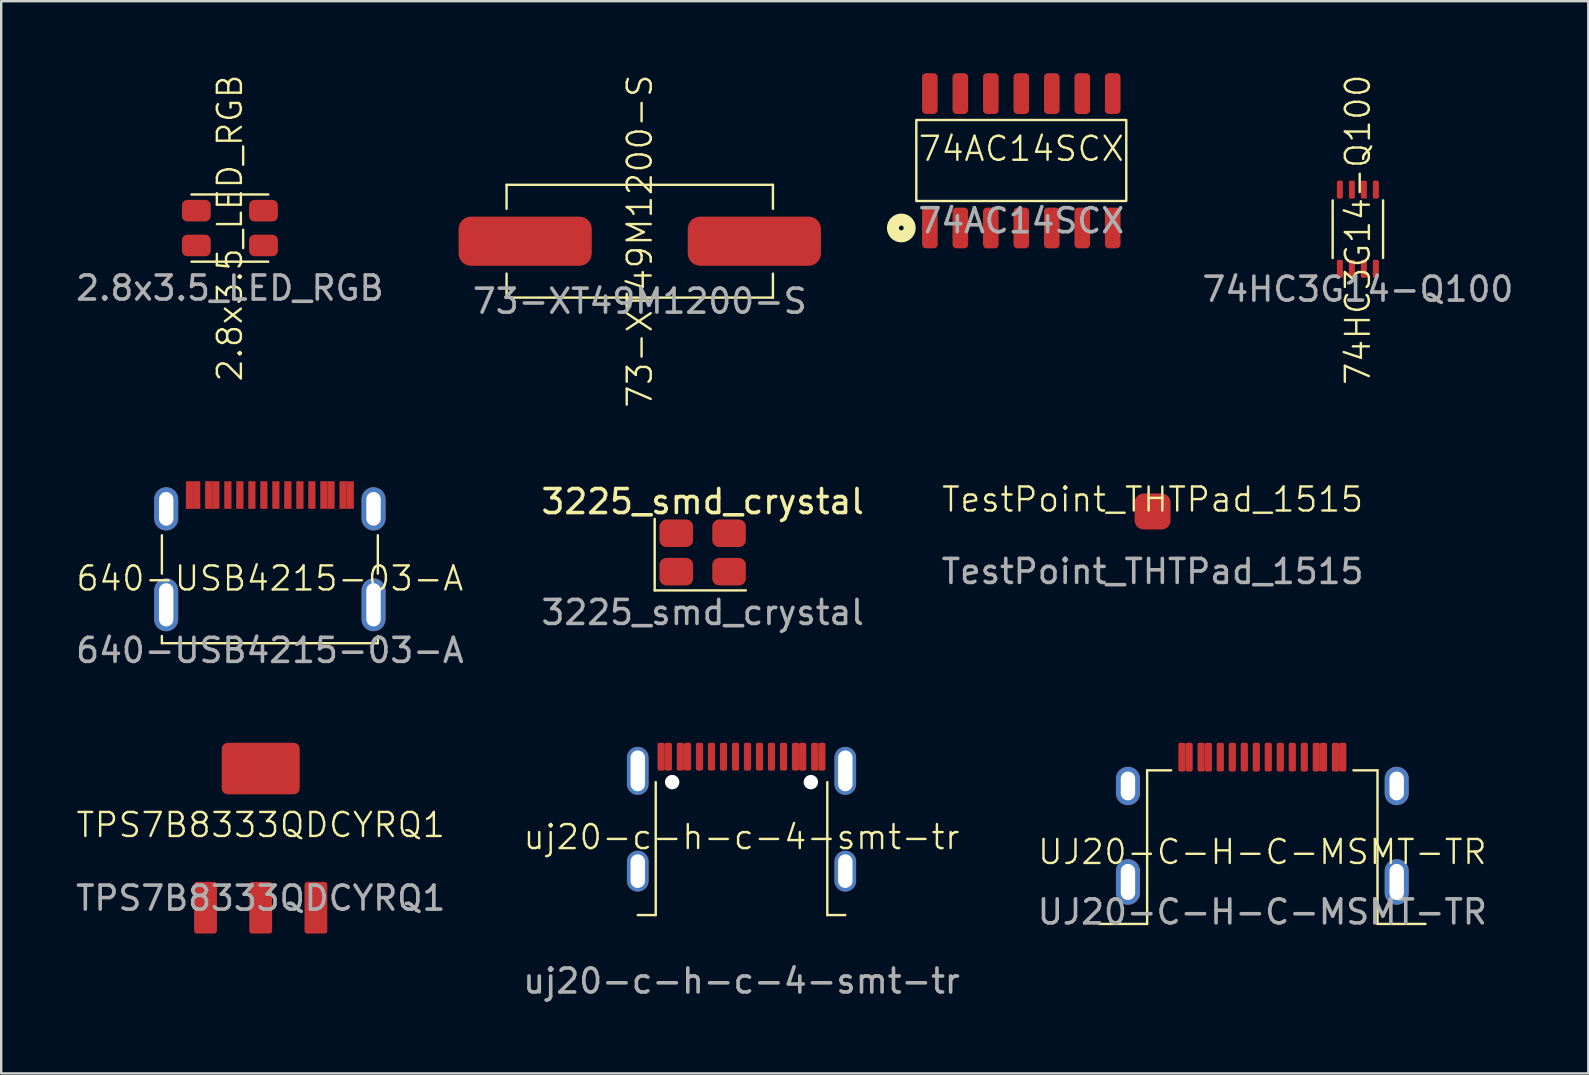
<source format=kicad_pcb>
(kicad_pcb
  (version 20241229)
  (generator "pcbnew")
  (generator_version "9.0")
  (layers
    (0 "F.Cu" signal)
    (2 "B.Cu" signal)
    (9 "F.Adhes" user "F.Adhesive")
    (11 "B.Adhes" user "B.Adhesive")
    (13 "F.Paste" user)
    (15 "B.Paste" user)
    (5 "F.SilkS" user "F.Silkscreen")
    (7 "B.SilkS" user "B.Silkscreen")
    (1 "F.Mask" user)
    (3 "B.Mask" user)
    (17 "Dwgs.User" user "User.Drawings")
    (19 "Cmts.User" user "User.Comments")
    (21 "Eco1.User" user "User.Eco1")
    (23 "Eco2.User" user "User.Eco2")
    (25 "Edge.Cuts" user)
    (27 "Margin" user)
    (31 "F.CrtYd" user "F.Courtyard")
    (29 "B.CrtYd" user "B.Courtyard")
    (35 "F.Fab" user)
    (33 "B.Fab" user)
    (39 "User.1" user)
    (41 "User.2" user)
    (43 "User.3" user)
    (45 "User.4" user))
  (footprint "73-XT49M1200-S"
    (layer "F.Cu")
    (at 23.61 7.002)
    (property "Reference" "73-XT49M1200-S" (at 0 0 90) (unlocked yes) (layer "F.SilkS") (effects (font (size 1 1) (thickness 0.1))))
    (attr smd)
    (fp_line (start -5.55 -2.35) (end -5.55 -1.35) (stroke (width 0.1) (type default)) (layer "F.SilkS"))
    (fp_line (start -5.55 -2.35) (end 5.55 -2.35) (stroke (width 0.1) (type default)) (layer "F.SilkS"))
    (fp_line (start -5.55 1.35) (end -5.55 2.35) (stroke (width 0.1) (type default)) (layer "F.SilkS"))
    (fp_line (start 5.55 -2.35) (end 5.55 -1.35) (stroke (width 0.1) (type default)) (layer "F.SilkS"))
    (fp_line (start 5.55 1.35) (end 5.55 2.35) (stroke (width 0.1) (type default)) (layer "F.SilkS"))
    (fp_line (start 5.55 2.35) (end -5.55 2.35) (stroke (width 0.1) (type default)) (layer "F.SilkS"))
    (fp_text user "${REFERENCE}" (at 0 2.5 0) (unlocked yes) (layer "F.Fab") (effects (font (size 1 1) (thickness 0.15))))
    (pad "1" smd roundrect (at -4.775 0) (size 5.55 2.05) (layers "F.Cu" "F.Mask" "F.Paste") (roundrect_rratio 0.25))
    (pad "2" smd roundrect (at 4.775 0) (size 5.55 2.05) (layers "F.Cu" "F.Mask" "F.Paste") (roundrect_rratio 0.25)))
  (footprint "2.8x3.5_LED_RGB"
    (layer "F.Cu")
    (at 6.53 6.455)
    (property "Reference" "2.8x3.5_LED_RGB" (at 0 0 90) (unlocked yes) (layer "F.SilkS") (effects (font (size 1 1) (thickness 0.1))))
    (attr smd)
    (fp_line (start -1.6 -1.4) (end 1.6 -1.4) (stroke (width 0.1) (type default)) (layer "F.SilkS"))
    (fp_line (start -1.6 1.4) (end 1.6 1.4) (stroke (width 0.1) (type default)) (layer "F.SilkS"))
    (fp_text user "${REFERENCE}" (at 0 2.5 0) (unlocked yes) (layer "F.Fab") (effects (font (size 1 1) (thickness 0.15))))
    (pad "1" smd roundrect (at 1.4 0.725) (size 1.2 0.9) (layers "F.Cu" "F.Mask" "F.Paste") (roundrect_rratio 0.25))
    (pad "2" smd roundrect (at -1.4 0.725) (size 1.2 0.9) (layers "F.Cu" "F.Mask" "F.Paste") (roundrect_rratio 0.25))
    (pad "3" smd roundrect (at -1.4 -0.725) (size 1.2 0.9) (layers "F.Cu" "F.Mask" "F.Paste") (roundrect_rratio 0.25))
    (pad "4" smd roundrect (at 1.4 -0.725) (size 1.2 0.9) (layers "F.Cu" "F.Mask" "F.Paste") (roundrect_rratio 0.25)))
  (footprint "74AC14SCX"
    (layer "F.Cu")
    (at 39.51 3.65)
    (property "Reference" "74AC14SCX" (at 0 -0.5 0) (unlocked yes) (layer "F.SilkS") (effects (font (size 1 1) (thickness 0.1))))
    (attr smd)
    (fp_rect (start -4.375 -1.7) (end 4.375 1.675) (stroke (width 0.1) (type default)) (fill no) (layer "F.SilkS"))
    (fp_circle (center -5 2.8) (end -4.9 2.8) (stroke (width 0.5) (type solid)) (fill no) (layer "F.SilkS"))
    (fp_text user "${REFERENCE}" (at 0 2.5 0) (unlocked yes) (layer "F.Fab") (effects (font (size 1 1) (thickness 0.15))))
    (pad "1" smd roundrect (at -3.81 2.8) (size 0.65 1.7) (layers "F.Cu" "F.Mask" "F.Paste") (roundrect_rratio 0.25))
    (pad "2" smd roundrect (at -2.54 2.8) (size 0.65 1.7) (layers "F.Cu" "F.Mask" "F.Paste") (roundrect_rratio 0.25))
    (pad "3" smd roundrect (at -1.27 2.8) (size 0.65 1.7) (layers "F.Cu" "F.Mask" "F.Paste") (roundrect_rratio 0.25))
    (pad "4" smd roundrect (at 0 2.8) (size 0.65 1.7) (layers "F.Cu" "F.Mask" "F.Paste") (roundrect_rratio 0.25))
    (pad "5" smd roundrect (at 1.27 2.8) (size 0.65 1.7) (layers "F.Cu" "F.Mask" "F.Paste") (roundrect_rratio 0.25))
    (pad "6" smd roundrect (at 2.54 2.8) (size 0.65 1.7) (layers "F.Cu" "F.Mask" "F.Paste") (roundrect_rratio 0.25))
    (pad "7" smd roundrect (at 3.81 2.8) (size 0.65 1.7) (layers "F.Cu" "F.Mask" "F.Paste") (roundrect_rratio 0.25))
    (pad "8" smd roundrect (at 3.81 -2.8) (size 0.65 1.7) (layers "F.Cu" "F.Mask" "F.Paste") (roundrect_rratio 0.25))
    (pad "9" smd roundrect (at 2.54 -2.8) (size 0.65 1.7) (layers "F.Cu" "F.Mask" "F.Paste") (roundrect_rratio 0.25))
    (pad "10" smd roundrect (at 1.27 -2.8) (size 0.65 1.7) (layers "F.Cu" "F.Mask" "F.Paste") (roundrect_rratio 0.25))
    (pad "11" smd roundrect (at 0 -2.8) (size 0.65 1.7) (layers "F.Cu" "F.Mask" "F.Paste") (roundrect_rratio 0.25))
    (pad "12" smd roundrect (at -1.27 -2.8) (size 0.65 1.7) (layers "F.Cu" "F.Mask" "F.Paste") (roundrect_rratio 0.25))
    (pad "13" smd roundrect (at -2.54 -2.8) (size 0.65 1.7) (layers "F.Cu" "F.Mask" "F.Paste") (roundrect_rratio 0.25))
    (pad "14" smd roundrect (at -3.81 -2.8) (size 0.65 1.7) (layers "F.Cu" "F.Mask" "F.Paste") (roundrect_rratio 0.25)))
  (footprint "TPS7B8333QDCYRQ1"
    (layer "F.Cu")
    (at 7.815 31.878)
    (property "Reference" "TPS7B8333QDCYRQ1" (at 0 -0.55 0) (unlocked yes) (layer "F.SilkS") (effects (font (size 1 1) (thickness 0.1))))
    (attr smd)
    (fp_text user "${REFERENCE}" (at 0 2.5 0) (unlocked yes) (layer "F.Fab") (effects (font (size 1 1) (thickness 0.15))))
    (pad "1" smd roundrect (at -2.3 2.9) (size 0.95 2.15) (layers "F.Cu" "F.Mask" "F.Paste") (roundrect_rratio 0.116))
    (pad "2" smd roundrect (at 0 2.9) (size 0.95 2.15) (layers "F.Cu" "F.Mask" "F.Paste") (roundrect_rratio 0.116))
    (pad "3" smd roundrect (at 2.3 2.9) (size 0.95 2.15) (layers "F.Cu" "F.Mask" "F.Paste") (roundrect_rratio 0.116))
    (pad "4" smd roundrect (at 0 -2.9) (size 3.25 2.15) (layers "F.Cu" "F.Mask" "F.Paste") (roundrect_rratio 0.116)))
  (footprint "74HC3G14-Q100"
    (layer "F.Cu")
    (at 53.536 6.501)
    (property "Reference" "74HC3G14-Q100" (at 0 0.025 90) (unlocked yes) (layer "F.SilkS") (effects (font (size 1 1) (thickness 0.1))))
    (attr smd)
    (fp_line (start -1.05 -1.2) (end -1.05 1.2) (stroke (width 0.1) (type default)) (layer "F.SilkS"))
    (fp_line (start 1.05 -1.2) (end 1.05 1.2) (stroke (width 0.1) (type default)) (layer "F.SilkS"))
    (fp_text user "${REFERENCE}" (at 0 2.5 0) (unlocked yes) (layer "F.Fab") (effects (font (size 1 1) (thickness 0.15))))
    (pad "1" smd roundrect (at -0.75 1.65) (size 0.25 0.75) (layers "F.Cu" "F.Mask" "F.Paste") (roundrect_rratio 0.25))
    (pad "2" smd roundrect (at -0.25 1.65) (size 0.25 0.75) (layers "F.Cu" "F.Mask" "F.Paste") (roundrect_rratio 0.25))
    (pad "3" smd roundrect (at 0.25 1.65) (size 0.25 0.75) (layers "F.Cu" "F.Mask" "F.Paste") (roundrect_rratio 0.25))
    (pad "4" smd roundrect (at 0.75 1.65) (size 0.25 0.75) (layers "F.Cu" "F.Mask" "F.Paste") (roundrect_rratio 0.25))
    (pad "5" smd roundrect (at 0.75 -1.65) (size 0.25 0.75) (layers "F.Cu" "F.Mask" "F.Paste") (roundrect_rratio 0.25))
    (pad "6" smd roundrect (at 0.25 -1.65) (size 0.25 0.75) (layers "F.Cu" "F.Mask" "F.Paste") (roundrect_rratio 0.25))
    (pad "7" smd roundrect (at -0.25 -1.65) (size 0.25 0.75) (layers "F.Cu" "F.Mask" "F.Paste") (roundrect_rratio 0.25))
    (pad "8" smd roundrect (at -0.75 -1.65) (size 0.25 0.75) (layers "F.Cu" "F.Mask" "F.Paste") (roundrect_rratio 0.25)))
  (footprint "UJ20-C-H-C-MSMT-TR"
    (layer "F.Cu")
    (at 49.554 32.453)
    (property "Reference" "UJ20-C-H-C-MSMT-TR" (at 0 0 0) (unlocked yes) (layer "F.SilkS") (effects (font (size 1 1) (thickness 0.1))))
    (attr smd)
    (fp_line (start -6.8 3) (end -4.8 3) (stroke (width 0.1) (type default)) (layer "F.SilkS"))
    (fp_line (start -4.8 -3.4) (end -3.8 -3.4) (stroke (width 0.1) (type default)) (layer "F.SilkS"))
    (fp_line (start -4.8 3) (end -4.8 -3.4) (stroke (width 0.1) (type default)) (layer "F.SilkS"))
    (fp_line (start 3.8 -3.4) (end 4.8 -3.4) (stroke (width 0.1) (type default)) (layer "F.SilkS"))
    (fp_line (start 4.8 -3.4) (end 4.8 3) (stroke (width 0.1) (type default)) (layer "F.SilkS"))
    (fp_line (start 4.8 3) (end 6.8 3) (stroke (width 0.1) (type default)) (layer "F.SilkS"))
    (fp_text user "${REFERENCE}" (at 0 2.5 0) (unlocked yes) (layer "F.Fab") (effects (font (size 1 1) (thickness 0.15))))
    (pad "" thru_hole oval (at -5.6 -2.75) (size 1 1.6) (drill oval 0.6 1.2) (layers "*.Cu" "*.Mask") (remove_unused_layers yes) (keep_end_layers yes) (zone_layer_connections))
    (pad "" thru_hole oval (at -5.6 1.25) (size 1 1.9) (drill oval 0.6 1.5) (layers "*.Cu" "*.Mask") (remove_unused_layers yes) (keep_end_layers yes) (zone_layer_connections))
    (pad "" thru_hole oval (at 5.6 -2.75) (size 1 1.6) (drill oval 0.6 1.2) (layers "*.Cu" "*.Mask") (remove_unused_layers yes) (keep_end_layers yes) (zone_layer_connections))
    (pad "" thru_hole oval (at 5.6 1.25) (size 1 1.9) (drill oval 0.6 1.5) (layers "*.Cu" "*.Mask") (remove_unused_layers yes) (keep_end_layers yes) (zone_layer_connections))
    (pad "A1" smd roundrect (at -3.35 -3.95) (size 0.3 1.2) (layers "F.Cu" "F.Mask" "F.Paste") (roundrect_rratio 0.25))
    (pad "A4" smd roundrect (at -2.55 -3.95) (size 0.3 1.2) (layers "F.Cu" "F.Mask" "F.Paste") (roundrect_rratio 0.25))
    (pad "A5" smd roundrect (at -1.25 -3.95) (size 0.3 1.2) (layers "F.Cu" "F.Mask" "F.Paste") (roundrect_rratio 0.25))
    (pad "A6" smd roundrect (at -0.25 -3.95) (size 0.3 1.2) (layers "F.Cu" "F.Mask" "F.Paste") (roundrect_rratio 0.25))
    (pad "A7" smd roundrect (at 0.25 -3.95) (size 0.3 1.2) (layers "F.Cu" "F.Mask" "F.Paste") (roundrect_rratio 0.25))
    (pad "A8" smd roundrect (at 1.25 -3.95) (size 0.3 1.2) (layers "F.Cu" "F.Mask" "F.Paste") (roundrect_rratio 0.25))
    (pad "A9" smd roundrect (at 2.55 -3.95) (size 0.3 1.2) (layers "F.Cu" "F.Mask" "F.Paste") (roundrect_rratio 0.25))
    (pad "A12" smd roundrect (at 3.35 -3.95) (size 0.3 1.2) (layers "F.Cu" "F.Mask" "F.Paste") (roundrect_rratio 0.25))
    (pad "B1" smd roundrect (at 3.05 -3.95) (size 0.3 1.2) (layers "F.Cu" "F.Mask" "F.Paste") (roundrect_rratio 0.25))
    (pad "B4" smd roundrect (at 2.25 -3.95) (size 0.3 1.2) (layers "F.Cu" "F.Mask" "F.Paste") (roundrect_rratio 0.25))
    (pad "B5" smd roundrect (at 1.75 -3.95) (size 0.3 1.2) (layers "F.Cu" "F.Mask" "F.Paste") (roundrect_rratio 0.25))
    (pad "B6" smd roundrect (at 0.75 -3.95) (size 0.3 1.2) (layers "F.Cu" "F.Mask" "F.Paste") (roundrect_rratio 0.25))
    (pad "B7" smd roundrect (at -0.75 -3.95) (size 0.3 1.2) (layers "F.Cu" "F.Mask" "F.Paste") (roundrect_rratio 0.25))
    (pad "B8" smd roundrect (at -1.75 -3.95) (size 0.3 1.2) (layers "F.Cu" "F.Mask" "F.Paste") (roundrect_rratio 0.25))
    (pad "B9" smd roundrect (at -2.25 -3.95) (size 0.3 1.2) (layers "F.Cu" "F.Mask" "F.Paste") (roundrect_rratio 0.25))
    (pad "B12" smd roundrect (at -3.05 -3.95) (size 0.3 1.2) (layers "F.Cu" "F.Mask" "F.Paste") (roundrect_rratio 0.25)))
  (footprint "640-USB4215-03-A"
    (layer "F.Cu")
    (at 8.196 21.555)
    (property "Reference" "640-USB4215-03-A" (at 0 -0.5 0) (unlocked yes) (layer "F.SilkS") (effects (font (size 1 1) (thickness 0.1))))
    (attr smd)
    (fp_line (start -4.5 -0.7) (end -4.5 -2.3) (stroke (width 0.1) (type default)) (layer "F.SilkS"))
    (fp_line (start -4.5 2.2) (end -4.5 1.9) (stroke (width 0.1) (type default)) (layer "F.SilkS"))
    (fp_line (start 4.5 -0.7) (end 4.5 -2.3) (stroke (width 0.1) (type default)) (layer "F.SilkS"))
    (fp_line (start 4.5 2.2) (end -4.5 2.2) (stroke (width 0.1) (type default)) (layer "F.SilkS"))
    (fp_line (start 4.5 2.2) (end 4.5 1.9) (stroke (width 0.1) (type default)) (layer "F.SilkS"))
    (fp_text user "${REFERENCE}" (at 0 2.5 0) (unlocked yes) (layer "F.Fab") (effects (font (size 1 1) (thickness 0.15))))
    (pad "A1" smd rect (at -3.35 -3.975) (size 0.3 1.15) (layers "F.Cu" "F.Mask" "F.Paste"))
    (pad "A4" smd rect (at -2.55 -3.975) (size 0.3 1.15) (layers "F.Cu" "F.Mask" "F.Paste"))
    (pad "A5" smd rect (at -1.25 -3.975) (size 0.3 1.15) (layers "F.Cu" "F.Mask" "F.Paste"))
    (pad "A6" smd rect (at -0.25 -3.975) (size 0.3 1.15) (layers "F.Cu" "F.Mask" "F.Paste"))
    (pad "A7" smd rect (at 0.25 -3.975) (size 0.3 1.15) (layers "F.Cu" "F.Mask" "F.Paste"))
    (pad "A8" smd rect (at 1.25 -3.975) (size 0.3 1.15) (layers "F.Cu" "F.Mask" "F.Paste"))
    (pad "A9" smd rect (at 2.55 -3.975) (size 0.3 1.15) (layers "F.Cu" "F.Mask" "F.Paste"))
    (pad "A12" smd rect (at 3.35 -3.975) (size 0.3 1.15) (layers "F.Cu" "F.Mask" "F.Paste"))
    (pad "B1" smd rect (at 3.05 -3.975) (size 0.3 1.15) (layers "F.Cu" "F.Mask" "F.Paste"))
    (pad "B4" smd rect (at 2.25 -3.975) (size 0.3 1.15) (layers "F.Cu" "F.Mask" "F.Paste"))
    (pad "B5" smd rect (at 1.75 -3.975) (size 0.3 1.15) (layers "F.Cu" "F.Mask" "F.Paste"))
    (pad "B6" smd rect (at 0.75 -3.975) (size 0.3 1.15) (layers "F.Cu" "F.Mask" "F.Paste"))
    (pad "B7" smd rect (at -0.75 -3.975) (size 0.3 1.15) (layers "F.Cu" "F.Mask" "F.Paste"))
    (pad "B8" smd rect (at -1.75 -3.975) (size 0.3 1.15) (layers "F.Cu" "F.Mask" "F.Paste"))
    (pad "B9" smd rect (at -2.25 -3.975) (size 0.3 1.15) (layers "F.Cu" "F.Mask" "F.Paste"))
    (pad "B12" smd rect (at -3.05 -3.975) (size 0.3 1.15) (layers "F.Cu" "F.Mask" "F.Paste"))
    (pad "S1" thru_hole oval (at -4.32 -3.4) (size 1 1.8) (drill oval 0.6 1.4) (layers "*.Cu" "*.Mask"))
    (pad "S1" thru_hole oval (at -4.32 0.6) (size 1 2.2) (drill oval 0.6 1.8) (layers "*.Cu" "*.Mask"))
    (pad "S1" thru_hole oval (at 4.32 -3.4) (size 1 1.8) (drill oval 0.6 1.4) (layers "*.Cu" "*.Mask"))
    (pad "S1" thru_hole oval (at 4.32 0.6) (size 1 2.2) (drill oval 0.6 1.8) (layers "*.Cu" "*.Mask")))
  (footprint "uj20-c-h-c-4-smt-tr"
    (layer "F.Cu")
    (at 27.851 35.333)
    (property "Reference" "uj20-c-h-c-4-smt-tr" (at 0 -3.5 0) (unlocked yes) (layer "F.SilkS") (effects (font (size 1 1) (thickness 0.1))))
    (attr smd)
    (fp_line (start -4.325 -0.25) (end -3.575 -0.25) (stroke (width 0.1) (type default)) (layer "F.SilkS"))
    (fp_line (start -3.575 -0.25) (end -3.575 -5.79) (stroke (width 0.1) (type default)) (layer "F.SilkS"))
    (fp_line (start 3.575 -0.25) (end 3.575 -5.79) (stroke (width 0.1) (type default)) (layer "F.SilkS"))
    (fp_line (start 3.575 -0.25) (end 4.325 -0.25) (stroke (width 0.1) (type default)) (layer "F.SilkS"))
    (fp_text user "${REFERENCE}" (at 0 2.5 0) (unlocked yes) (layer "F.Fab") (effects (font (size 1 1) (thickness 0.15))))
    (pad "" np_thru_hole circle (at -2.89 -5.79) (size 0.6 0.6) (drill 0.6) (layers "*.Cu" "*.Mask"))
    (pad "" np_thru_hole circle (at 2.89 -5.79) (size 0.6 0.6) (drill 0.6) (layers "*.Cu" "*.Mask"))
    (pad "1" thru_hole oval (at -4.325 -6.26) (size 0.9 2) (drill oval 0.6 1.7) (layers "*.Cu" "*.Mask"))
    (pad "1" thru_hole oval (at -4.325 -2.08) (size 0.9 1.7) (drill oval 0.6 1.4) (layers "*.Cu" "*.Mask"))
    (pad "1" thru_hole oval (at 4.325 -6.26) (size 0.9 2) (drill oval 0.6 1.7) (layers "*.Cu" "*.Mask"))
    (pad "1" thru_hole oval (at 4.325 -2.08) (size 0.9 1.7) (drill oval 0.6 1.4) (layers "*.Cu" "*.Mask"))
    (pad "A1" smd roundrect (at -3.35 -6.85) (size 0.3 1.16) (layers "F.Cu" "F.Mask" "F.Paste") (roundrect_rratio 0.25))
    (pad "A4" smd roundrect (at -2.55 -6.85) (size 0.3 1.16) (layers "F.Cu" "F.Mask" "F.Paste") (roundrect_rratio 0.25))
    (pad "A5" smd roundrect (at -1.25 -6.85) (size 0.3 1.16) (layers "F.Cu" "F.Mask" "F.Paste") (roundrect_rratio 0.25))
    (pad "A6" smd roundrect (at -0.25 -6.85) (size 0.3 1.16) (layers "F.Cu" "F.Mask" "F.Paste") (roundrect_rratio 0.25))
    (pad "A7" smd roundrect (at 0.25 -6.85) (size 0.3 1.16) (layers "F.Cu" "F.Mask" "F.Paste") (roundrect_rratio 0.25))
    (pad "A8" smd roundrect (at 1.25 -6.85) (size 0.3 1.16) (layers "F.Cu" "F.Mask" "F.Paste") (roundrect_rratio 0.25))
    (pad "A9" smd roundrect (at 2.55 -6.85) (size 0.3 1.16) (layers "F.Cu" "F.Mask" "F.Paste") (roundrect_rratio 0.25))
    (pad "A12" smd roundrect (at 3.35 -6.85) (size 0.3 1.16) (layers "F.Cu" "F.Mask" "F.Paste") (roundrect_rratio 0.25))
    (pad "B1" smd roundrect (at 3.05 -6.85) (size 0.3 1.16) (layers "F.Cu" "F.Mask" "F.Paste") (roundrect_rratio 0.25))
    (pad "B4" smd roundrect (at 2.25 -6.85) (size 0.3 1.16) (layers "F.Cu" "F.Mask" "F.Paste") (roundrect_rratio 0.25))
    (pad "B5" smd roundrect (at 1.75 -6.85) (size 0.3 1.16) (layers "F.Cu" "F.Mask" "F.Paste") (roundrect_rratio 0.25))
    (pad "B6" smd roundrect (at 0.75 -6.85) (size 0.3 1.16) (layers "F.Cu" "F.Mask" "F.Paste") (roundrect_rratio 0.25))
    (pad "B7" smd roundrect (at -0.75 -6.85) (size 0.3 1.16) (layers "F.Cu" "F.Mask" "F.Paste") (roundrect_rratio 0.25))
    (pad "B8" smd roundrect (at -1.75 -6.85) (size 0.3 1.16) (layers "F.Cu" "F.Mask" "F.Paste") (roundrect_rratio 0.25))
    (pad "B9" smd roundrect (at -2.25 -6.85) (size 0.3 1.16) (layers "F.Cu" "F.Mask" "F.Paste") (roundrect_rratio 0.25))
    (pad "B12" smd roundrect (at -3.05 -6.85) (size 0.3 1.16) (layers "F.Cu" "F.Mask" "F.Paste") (roundrect_rratio 0.25)))
  (footprint "3225_smd_crystal"
    (layer "F.Cu")
    (at 26.232 19.973)
    (property "Reference" "3225_smd_crystal" (at 0 -2.12 0) (unlocked yes) (layer "F.SilkS") (effects (font (size 1 1) (thickness 0.15))))
    (attr smd)
    (fp_line (start -2 -1.4) (end -2 1.58) (stroke (width 0.1) (type default)) (layer "F.SilkS"))
    (fp_line (start 1.8 1.58) (end -2 1.58) (stroke (width 0.1) (type default)) (layer "F.SilkS"))
    (fp_text user "${REFERENCE}" (at 0 2.5 0) (unlocked yes) (layer "F.Fab") (effects (font (size 1 1) (thickness 0.15))))
    (pad "1" smd roundrect (at -1.1 -0.8) (size 1.4 1.15) (layers "F.Cu" "F.Mask" "F.Paste") (roundrect_rratio 0.25))
    (pad "2" smd roundrect (at 1.1 -0.8) (size 1.4 1.15) (layers "F.Cu" "F.Mask" "F.Paste") (roundrect_rratio 0.25))
    (pad "3" smd roundrect (at 1.1 0.8) (size 1.4 1.15) (layers "F.Cu" "F.Mask" "F.Paste") (roundrect_rratio 0.25))
    (pad "4" smd roundrect (at -1.1 0.8) (size 1.4 1.15) (layers "F.Cu" "F.Mask" "F.Paste") (roundrect_rratio 0.25)))
  (footprint "TestPoint_THTPad_1515"
    (layer "F.Cu")
    (at 44.982 18.265)
    (property "Reference" "TestPoint_THTPad_1515" (at 0 -0.5 0) (unlocked yes) (layer "F.SilkS") (effects (font (size 1 1) (thickness 0.1))))
    (attr smd)
    (fp_text user "${REFERENCE}" (at 0 2.5 0) (unlocked yes) (layer "F.Fab") (effects (font (size 1 1) (thickness 0.15))))
    (pad "" smd roundrect (at 0 0) (size 1.5 1.5) (layers "F.Cu" "F.Mask") (roundrect_rratio 0.25)))
  (gr_rect
    (start -3 -3)
    (end 63.137 41.681)
    (stroke (width 0.1) (type default))
    (fill no)
    (layer "Edge.Cuts")))
</source>
